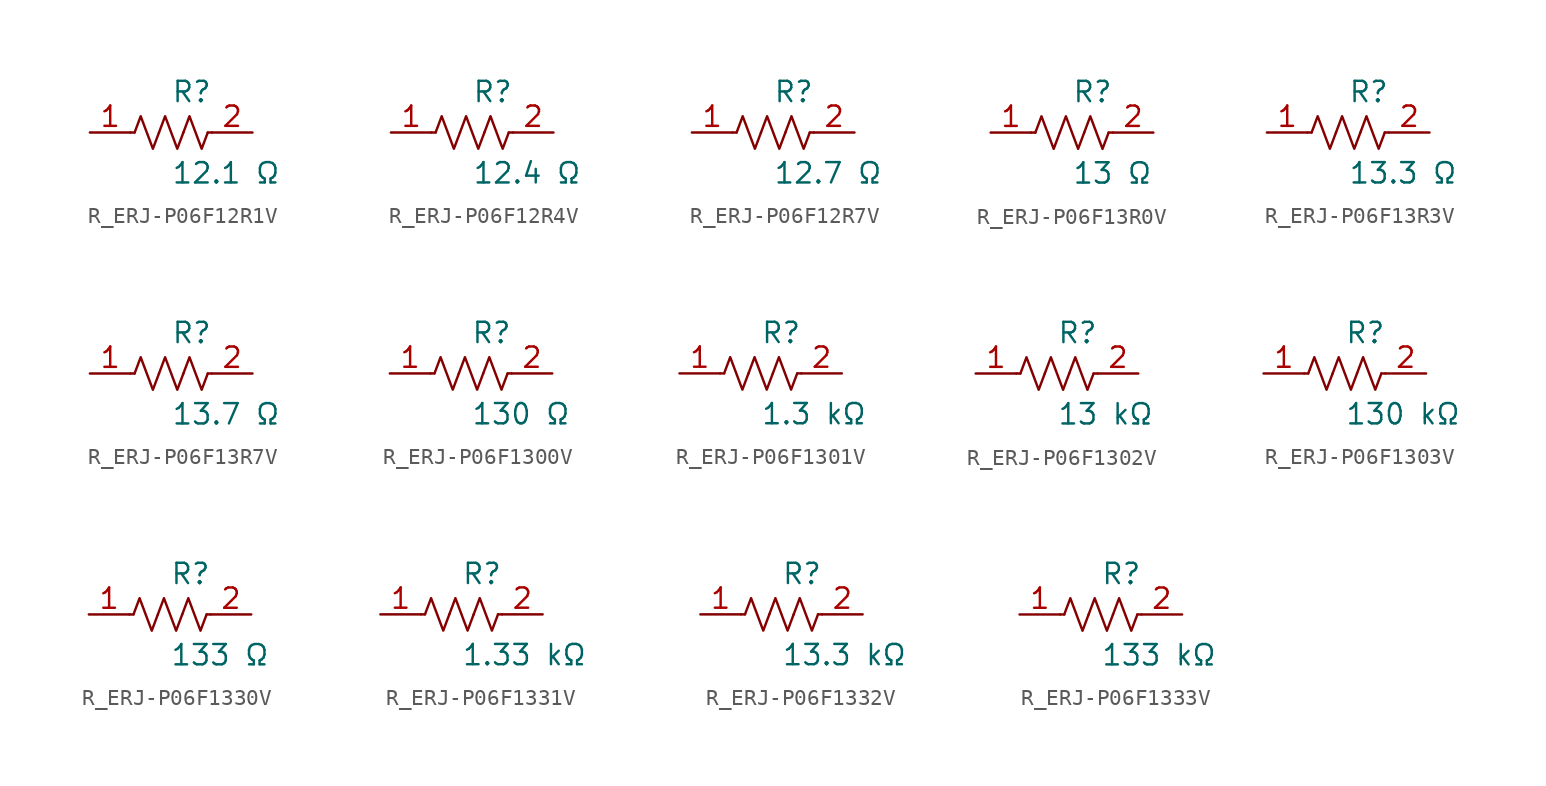
<source format=kicad_sym>
(kicad_symbol_lib
  (version 20231120)
  (generator kicad_symbol_editor)
  (generator_version 8.0)
  (symbol "R_ERJ-P06F12R1V"
    (pin_names
      (offset 0.254))
    (property "Reference" "R"
      (at 0 2.54 0)
      (effects (font (size 1.27 1.27)) (justify left)))
    (property "Value" "12.1 Ω"
      (at 0 -2.54 0)
      (effects (font (size 1.27 1.27)) (justify left)))
    (symbol "R_ERJ-P06F12R1V_0_1"
      (polyline (pts (xy 2.286 0) (xy 2.54 0)) (stroke (width 0) (type default)) (fill (type none)))
      (polyline (pts (xy -2.286 0) (xy -2.54 0)) (stroke (width 0) (type default)) (fill (type none)))
      (polyline (pts (xy 0.762 0) (xy 1.143 1.016) (xy 1.524 0) (xy 1.905 -1.016) (xy 2.286 0)) (stroke (width 0) (type default)) (fill (type none)))
      (polyline (pts (xy -0.762 0) (xy -0.381 1.016) (xy 0 0) (xy 0.381 -1.016) (xy 0.762 0)) (stroke (width 0) (type default)) (fill (type none)))
      (polyline (pts (xy -2.286 0) (xy -1.905 1.016) (xy -1.524 0) (xy -1.143 -1.016) (xy -0.762 0)) (stroke (width 0) (type default)) (fill (type none))))
    (pin passive line
      (at -5.08 0 0)
      (length 2.54)
      (name "" (effects (font (size 1.27 1.27))))
      (number "1" (effects (font (size 1.27 1.27)))))
    (pin passive line
      (at 5.08 0 180)
      (length 2.54)
      (name "" (effects (font (size 1.27 1.27))))
      (number "2" (effects (font (size 1.27 1.27))))))
  (symbol "R_ERJ-P06F12R4V"
    (pin_names
      (offset 0.254))
    (property "Reference" "R"
      (at 0 2.54 0)
      (effects (font (size 1.27 1.27)) (justify left)))
    (property "Value" "12.4 Ω"
      (at 0 -2.54 0)
      (effects (font (size 1.27 1.27)) (justify left)))
    (symbol "R_ERJ-P06F12R4V_0_1"
      (polyline (pts (xy 2.286 0) (xy 2.54 0)) (stroke (width 0) (type default)) (fill (type none)))
      (polyline (pts (xy -2.286 0) (xy -2.54 0)) (stroke (width 0) (type default)) (fill (type none)))
      (polyline (pts (xy 0.762 0) (xy 1.143 1.016) (xy 1.524 0) (xy 1.905 -1.016) (xy 2.286 0)) (stroke (width 0) (type default)) (fill (type none)))
      (polyline (pts (xy -0.762 0) (xy -0.381 1.016) (xy 0 0) (xy 0.381 -1.016) (xy 0.762 0)) (stroke (width 0) (type default)) (fill (type none)))
      (polyline (pts (xy -2.286 0) (xy -1.905 1.016) (xy -1.524 0) (xy -1.143 -1.016) (xy -0.762 0)) (stroke (width 0) (type default)) (fill (type none))))
    (pin passive line
      (at -5.08 0 0)
      (length 2.54)
      (name "" (effects (font (size 1.27 1.27))))
      (number "1" (effects (font (size 1.27 1.27)))))
    (pin passive line
      (at 5.08 0 180)
      (length 2.54)
      (name "" (effects (font (size 1.27 1.27))))
      (number "2" (effects (font (size 1.27 1.27))))))
  (symbol "R_ERJ-P06F12R7V"
    (pin_names
      (offset 0.254))
    (property "Reference" "R"
      (at 0 2.54 0)
      (effects (font (size 1.27 1.27)) (justify left)))
    (property "Value" "12.7 Ω"
      (at 0 -2.54 0)
      (effects (font (size 1.27 1.27)) (justify left)))
    (symbol "R_ERJ-P06F12R7V_0_1"
      (polyline (pts (xy 2.286 0) (xy 2.54 0)) (stroke (width 0) (type default)) (fill (type none)))
      (polyline (pts (xy -2.286 0) (xy -2.54 0)) (stroke (width 0) (type default)) (fill (type none)))
      (polyline (pts (xy 0.762 0) (xy 1.143 1.016) (xy 1.524 0) (xy 1.905 -1.016) (xy 2.286 0)) (stroke (width 0) (type default)) (fill (type none)))
      (polyline (pts (xy -0.762 0) (xy -0.381 1.016) (xy 0 0) (xy 0.381 -1.016) (xy 0.762 0)) (stroke (width 0) (type default)) (fill (type none)))
      (polyline (pts (xy -2.286 0) (xy -1.905 1.016) (xy -1.524 0) (xy -1.143 -1.016) (xy -0.762 0)) (stroke (width 0) (type default)) (fill (type none))))
    (pin passive line
      (at -5.08 0 0)
      (length 2.54)
      (name "" (effects (font (size 1.27 1.27))))
      (number "1" (effects (font (size 1.27 1.27)))))
    (pin passive line
      (at 5.08 0 180)
      (length 2.54)
      (name "" (effects (font (size 1.27 1.27))))
      (number "2" (effects (font (size 1.27 1.27))))))
  (symbol "R_ERJ-P06F13R0V"
    (pin_names
      (offset 0.254))
    (property "Reference" "R"
      (at 0 2.54 0)
      (effects (font (size 1.27 1.27)) (justify left)))
    (property "Value" "13 Ω"
      (at 0 -2.54 0)
      (effects (font (size 1.27 1.27)) (justify left)))
    (symbol "R_ERJ-P06F13R0V_0_1"
      (polyline (pts (xy 2.286 0) (xy 2.54 0)) (stroke (width 0) (type default)) (fill (type none)))
      (polyline (pts (xy -2.286 0) (xy -2.54 0)) (stroke (width 0) (type default)) (fill (type none)))
      (polyline (pts (xy 0.762 0) (xy 1.143 1.016) (xy 1.524 0) (xy 1.905 -1.016) (xy 2.286 0)) (stroke (width 0) (type default)) (fill (type none)))
      (polyline (pts (xy -0.762 0) (xy -0.381 1.016) (xy 0 0) (xy 0.381 -1.016) (xy 0.762 0)) (stroke (width 0) (type default)) (fill (type none)))
      (polyline (pts (xy -2.286 0) (xy -1.905 1.016) (xy -1.524 0) (xy -1.143 -1.016) (xy -0.762 0)) (stroke (width 0) (type default)) (fill (type none))))
    (pin passive line
      (at -5.08 0 0)
      (length 2.54)
      (name "" (effects (font (size 1.27 1.27))))
      (number "1" (effects (font (size 1.27 1.27)))))
    (pin passive line
      (at 5.08 0 180)
      (length 2.54)
      (name "" (effects (font (size 1.27 1.27))))
      (number "2" (effects (font (size 1.27 1.27))))))
  (symbol "R_ERJ-P06F13R3V"
    (pin_names
      (offset 0.254))
    (property "Reference" "R"
      (at 0 2.54 0)
      (effects (font (size 1.27 1.27)) (justify left)))
    (property "Value" "13.3 Ω"
      (at 0 -2.54 0)
      (effects (font (size 1.27 1.27)) (justify left)))
    (symbol "R_ERJ-P06F13R3V_0_1"
      (polyline (pts (xy 2.286 0) (xy 2.54 0)) (stroke (width 0) (type default)) (fill (type none)))
      (polyline (pts (xy -2.286 0) (xy -2.54 0)) (stroke (width 0) (type default)) (fill (type none)))
      (polyline (pts (xy 0.762 0) (xy 1.143 1.016) (xy 1.524 0) (xy 1.905 -1.016) (xy 2.286 0)) (stroke (width 0) (type default)) (fill (type none)))
      (polyline (pts (xy -0.762 0) (xy -0.381 1.016) (xy 0 0) (xy 0.381 -1.016) (xy 0.762 0)) (stroke (width 0) (type default)) (fill (type none)))
      (polyline (pts (xy -2.286 0) (xy -1.905 1.016) (xy -1.524 0) (xy -1.143 -1.016) (xy -0.762 0)) (stroke (width 0) (type default)) (fill (type none))))
    (pin passive line
      (at -5.08 0 0)
      (length 2.54)
      (name "" (effects (font (size 1.27 1.27))))
      (number "1" (effects (font (size 1.27 1.27)))))
    (pin passive line
      (at 5.08 0 180)
      (length 2.54)
      (name "" (effects (font (size 1.27 1.27))))
      (number "2" (effects (font (size 1.27 1.27))))))
  (symbol "R_ERJ-P06F13R7V"
    (pin_names
      (offset 0.254))
    (property "Reference" "R"
      (at 0 2.54 0)
      (effects (font (size 1.27 1.27)) (justify left)))
    (property "Value" "13.7 Ω"
      (at 0 -2.54 0)
      (effects (font (size 1.27 1.27)) (justify left)))
    (symbol "R_ERJ-P06F13R7V_0_1"
      (polyline (pts (xy 2.286 0) (xy 2.54 0)) (stroke (width 0) (type default)) (fill (type none)))
      (polyline (pts (xy -2.286 0) (xy -2.54 0)) (stroke (width 0) (type default)) (fill (type none)))
      (polyline (pts (xy 0.762 0) (xy 1.143 1.016) (xy 1.524 0) (xy 1.905 -1.016) (xy 2.286 0)) (stroke (width 0) (type default)) (fill (type none)))
      (polyline (pts (xy -0.762 0) (xy -0.381 1.016) (xy 0 0) (xy 0.381 -1.016) (xy 0.762 0)) (stroke (width 0) (type default)) (fill (type none)))
      (polyline (pts (xy -2.286 0) (xy -1.905 1.016) (xy -1.524 0) (xy -1.143 -1.016) (xy -0.762 0)) (stroke (width 0) (type default)) (fill (type none))))
    (pin passive line
      (at -5.08 0 0)
      (length 2.54)
      (name "" (effects (font (size 1.27 1.27))))
      (number "1" (effects (font (size 1.27 1.27)))))
    (pin passive line
      (at 5.08 0 180)
      (length 2.54)
      (name "" (effects (font (size 1.27 1.27))))
      (number "2" (effects (font (size 1.27 1.27))))))
  (symbol "R_ERJ-P06F1300V"
    (pin_names
      (offset 0.254))
    (property "Reference" "R"
      (at 0 2.54 0)
      (effects (font (size 1.27 1.27)) (justify left)))
    (property "Value" "130 Ω"
      (at 0 -2.54 0)
      (effects (font (size 1.27 1.27)) (justify left)))
    (symbol "R_ERJ-P06F1300V_0_1"
      (polyline (pts (xy 2.286 0) (xy 2.54 0)) (stroke (width 0) (type default)) (fill (type none)))
      (polyline (pts (xy -2.286 0) (xy -2.54 0)) (stroke (width 0) (type default)) (fill (type none)))
      (polyline (pts (xy 0.762 0) (xy 1.143 1.016) (xy 1.524 0) (xy 1.905 -1.016) (xy 2.286 0)) (stroke (width 0) (type default)) (fill (type none)))
      (polyline (pts (xy -0.762 0) (xy -0.381 1.016) (xy 0 0) (xy 0.381 -1.016) (xy 0.762 0)) (stroke (width 0) (type default)) (fill (type none)))
      (polyline (pts (xy -2.286 0) (xy -1.905 1.016) (xy -1.524 0) (xy -1.143 -1.016) (xy -0.762 0)) (stroke (width 0) (type default)) (fill (type none))))
    (pin passive line
      (at -5.08 0 0)
      (length 2.54)
      (name "" (effects (font (size 1.27 1.27))))
      (number "1" (effects (font (size 1.27 1.27)))))
    (pin passive line
      (at 5.08 0 180)
      (length 2.54)
      (name "" (effects (font (size 1.27 1.27))))
      (number "2" (effects (font (size 1.27 1.27))))))
  (symbol "R_ERJ-P06F1301V"
    (pin_names
      (offset 0.254))
    (property "Reference" "R"
      (at 0 2.54 0)
      (effects (font (size 1.27 1.27)) (justify left)))
    (property "Value" "1.3 kΩ"
      (at 0 -2.54 0)
      (effects (font (size 1.27 1.27)) (justify left)))
    (symbol "R_ERJ-P06F1301V_0_1"
      (polyline (pts (xy 2.286 0) (xy 2.54 0)) (stroke (width 0) (type default)) (fill (type none)))
      (polyline (pts (xy -2.286 0) (xy -2.54 0)) (stroke (width 0) (type default)) (fill (type none)))
      (polyline (pts (xy 0.762 0) (xy 1.143 1.016) (xy 1.524 0) (xy 1.905 -1.016) (xy 2.286 0)) (stroke (width 0) (type default)) (fill (type none)))
      (polyline (pts (xy -0.762 0) (xy -0.381 1.016) (xy 0 0) (xy 0.381 -1.016) (xy 0.762 0)) (stroke (width 0) (type default)) (fill (type none)))
      (polyline (pts (xy -2.286 0) (xy -1.905 1.016) (xy -1.524 0) (xy -1.143 -1.016) (xy -0.762 0)) (stroke (width 0) (type default)) (fill (type none))))
    (pin passive line
      (at -5.08 0 0)
      (length 2.54)
      (name "" (effects (font (size 1.27 1.27))))
      (number "1" (effects (font (size 1.27 1.27)))))
    (pin passive line
      (at 5.08 0 180)
      (length 2.54)
      (name "" (effects (font (size 1.27 1.27))))
      (number "2" (effects (font (size 1.27 1.27))))))
  (symbol "R_ERJ-P06F1302V"
    (pin_names
      (offset 0.254))
    (property "Reference" "R"
      (at 0 2.54 0)
      (effects (font (size 1.27 1.27)) (justify left)))
    (property "Value" "13 kΩ"
      (at 0 -2.54 0)
      (effects (font (size 1.27 1.27)) (justify left)))
    (symbol "R_ERJ-P06F1302V_0_1"
      (polyline (pts (xy 2.286 0) (xy 2.54 0)) (stroke (width 0) (type default)) (fill (type none)))
      (polyline (pts (xy -2.286 0) (xy -2.54 0)) (stroke (width 0) (type default)) (fill (type none)))
      (polyline (pts (xy 0.762 0) (xy 1.143 1.016) (xy 1.524 0) (xy 1.905 -1.016) (xy 2.286 0)) (stroke (width 0) (type default)) (fill (type none)))
      (polyline (pts (xy -0.762 0) (xy -0.381 1.016) (xy 0 0) (xy 0.381 -1.016) (xy 0.762 0)) (stroke (width 0) (type default)) (fill (type none)))
      (polyline (pts (xy -2.286 0) (xy -1.905 1.016) (xy -1.524 0) (xy -1.143 -1.016) (xy -0.762 0)) (stroke (width 0) (type default)) (fill (type none))))
    (pin passive line
      (at -5.08 0 0)
      (length 2.54)
      (name "" (effects (font (size 1.27 1.27))))
      (number "1" (effects (font (size 1.27 1.27)))))
    (pin passive line
      (at 5.08 0 180)
      (length 2.54)
      (name "" (effects (font (size 1.27 1.27))))
      (number "2" (effects (font (size 1.27 1.27))))))
  (symbol "R_ERJ-P06F1303V"
    (pin_names
      (offset 0.254))
    (property "Reference" "R"
      (at 0 2.54 0)
      (effects (font (size 1.27 1.27)) (justify left)))
    (property "Value" "130 kΩ"
      (at 0 -2.54 0)
      (effects (font (size 1.27 1.27)) (justify left)))
    (symbol "R_ERJ-P06F1303V_0_1"
      (polyline (pts (xy 2.286 0) (xy 2.54 0)) (stroke (width 0) (type default)) (fill (type none)))
      (polyline (pts (xy -2.286 0) (xy -2.54 0)) (stroke (width 0) (type default)) (fill (type none)))
      (polyline (pts (xy 0.762 0) (xy 1.143 1.016) (xy 1.524 0) (xy 1.905 -1.016) (xy 2.286 0)) (stroke (width 0) (type default)) (fill (type none)))
      (polyline (pts (xy -0.762 0) (xy -0.381 1.016) (xy 0 0) (xy 0.381 -1.016) (xy 0.762 0)) (stroke (width 0) (type default)) (fill (type none)))
      (polyline (pts (xy -2.286 0) (xy -1.905 1.016) (xy -1.524 0) (xy -1.143 -1.016) (xy -0.762 0)) (stroke (width 0) (type default)) (fill (type none))))
    (pin passive line
      (at -5.08 0 0)
      (length 2.54)
      (name "" (effects (font (size 1.27 1.27))))
      (number "1" (effects (font (size 1.27 1.27)))))
    (pin passive line
      (at 5.08 0 180)
      (length 2.54)
      (name "" (effects (font (size 1.27 1.27))))
      (number "2" (effects (font (size 1.27 1.27))))))
  (symbol "R_ERJ-P06F1330V"
    (pin_names
      (offset 0.254))
    (property "Reference" "R"
      (at 0 2.54 0)
      (effects (font (size 1.27 1.27)) (justify left)))
    (property "Value" "133 Ω"
      (at 0 -2.54 0)
      (effects (font (size 1.27 1.27)) (justify left)))
    (symbol "R_ERJ-P06F1330V_0_1"
      (polyline (pts (xy 2.286 0) (xy 2.54 0)) (stroke (width 0) (type default)) (fill (type none)))
      (polyline (pts (xy -2.286 0) (xy -2.54 0)) (stroke (width 0) (type default)) (fill (type none)))
      (polyline (pts (xy 0.762 0) (xy 1.143 1.016) (xy 1.524 0) (xy 1.905 -1.016) (xy 2.286 0)) (stroke (width 0) (type default)) (fill (type none)))
      (polyline (pts (xy -0.762 0) (xy -0.381 1.016) (xy 0 0) (xy 0.381 -1.016) (xy 0.762 0)) (stroke (width 0) (type default)) (fill (type none)))
      (polyline (pts (xy -2.286 0) (xy -1.905 1.016) (xy -1.524 0) (xy -1.143 -1.016) (xy -0.762 0)) (stroke (width 0) (type default)) (fill (type none))))
    (pin passive line
      (at -5.08 0 0)
      (length 2.54)
      (name "" (effects (font (size 1.27 1.27))))
      (number "1" (effects (font (size 1.27 1.27)))))
    (pin passive line
      (at 5.08 0 180)
      (length 2.54)
      (name "" (effects (font (size 1.27 1.27))))
      (number "2" (effects (font (size 1.27 1.27))))))
  (symbol "R_ERJ-P06F1331V"
    (pin_names
      (offset 0.254))
    (property "Reference" "R"
      (at 0 2.54 0)
      (effects (font (size 1.27 1.27)) (justify left)))
    (property "Value" "1.33 kΩ"
      (at 0 -2.54 0)
      (effects (font (size 1.27 1.27)) (justify left)))
    (symbol "R_ERJ-P06F1331V_0_1"
      (polyline (pts (xy 2.286 0) (xy 2.54 0)) (stroke (width 0) (type default)) (fill (type none)))
      (polyline (pts (xy -2.286 0) (xy -2.54 0)) (stroke (width 0) (type default)) (fill (type none)))
      (polyline (pts (xy 0.762 0) (xy 1.143 1.016) (xy 1.524 0) (xy 1.905 -1.016) (xy 2.286 0)) (stroke (width 0) (type default)) (fill (type none)))
      (polyline (pts (xy -0.762 0) (xy -0.381 1.016) (xy 0 0) (xy 0.381 -1.016) (xy 0.762 0)) (stroke (width 0) (type default)) (fill (type none)))
      (polyline (pts (xy -2.286 0) (xy -1.905 1.016) (xy -1.524 0) (xy -1.143 -1.016) (xy -0.762 0)) (stroke (width 0) (type default)) (fill (type none))))
    (pin passive line
      (at -5.08 0 0)
      (length 2.54)
      (name "" (effects (font (size 1.27 1.27))))
      (number "1" (effects (font (size 1.27 1.27)))))
    (pin passive line
      (at 5.08 0 180)
      (length 2.54)
      (name "" (effects (font (size 1.27 1.27))))
      (number "2" (effects (font (size 1.27 1.27))))))
  (symbol "R_ERJ-P06F1332V"
    (pin_names
      (offset 0.254))
    (property "Reference" "R"
      (at 0 2.54 0)
      (effects (font (size 1.27 1.27)) (justify left)))
    (property "Value" "13.3 kΩ"
      (at 0 -2.54 0)
      (effects (font (size 1.27 1.27)) (justify left)))
    (symbol "R_ERJ-P06F1332V_0_1"
      (polyline (pts (xy 2.286 0) (xy 2.54 0)) (stroke (width 0) (type default)) (fill (type none)))
      (polyline (pts (xy -2.286 0) (xy -2.54 0)) (stroke (width 0) (type default)) (fill (type none)))
      (polyline (pts (xy 0.762 0) (xy 1.143 1.016) (xy 1.524 0) (xy 1.905 -1.016) (xy 2.286 0)) (stroke (width 0) (type default)) (fill (type none)))
      (polyline (pts (xy -0.762 0) (xy -0.381 1.016) (xy 0 0) (xy 0.381 -1.016) (xy 0.762 0)) (stroke (width 0) (type default)) (fill (type none)))
      (polyline (pts (xy -2.286 0) (xy -1.905 1.016) (xy -1.524 0) (xy -1.143 -1.016) (xy -0.762 0)) (stroke (width 0) (type default)) (fill (type none))))
    (pin passive line
      (at -5.08 0 0)
      (length 2.54)
      (name "" (effects (font (size 1.27 1.27))))
      (number "1" (effects (font (size 1.27 1.27)))))
    (pin passive line
      (at 5.08 0 180)
      (length 2.54)
      (name "" (effects (font (size 1.27 1.27))))
      (number "2" (effects (font (size 1.27 1.27))))))
  (symbol "R_ERJ-P06F1333V"
    (pin_names
      (offset 0.254))
    (property "Reference" "R"
      (at 0 2.54 0)
      (effects (font (size 1.27 1.27)) (justify left)))
    (property "Value" "133 kΩ"
      (at 0 -2.54 0)
      (effects (font (size 1.27 1.27)) (justify left)))
    (symbol "R_ERJ-P06F1333V_0_1"
      (polyline (pts (xy 2.286 0) (xy 2.54 0)) (stroke (width 0) (type default)) (fill (type none)))
      (polyline (pts (xy -2.286 0) (xy -2.54 0)) (stroke (width 0) (type default)) (fill (type none)))
      (polyline (pts (xy 0.762 0) (xy 1.143 1.016) (xy 1.524 0) (xy 1.905 -1.016) (xy 2.286 0)) (stroke (width 0) (type default)) (fill (type none)))
      (polyline (pts (xy -0.762 0) (xy -0.381 1.016) (xy 0 0) (xy 0.381 -1.016) (xy 0.762 0)) (stroke (width 0) (type default)) (fill (type none)))
      (polyline (pts (xy -2.286 0) (xy -1.905 1.016) (xy -1.524 0) (xy -1.143 -1.016) (xy -0.762 0)) (stroke (width 0) (type default)) (fill (type none))))
    (pin passive line
      (at -5.08 0 0)
      (length 2.54)
      (name "" (effects (font (size 1.27 1.27))))
      (number "1" (effects (font (size 1.27 1.27)))))
    (pin passive line
      (at 5.08 0 180)
      (length 2.54)
      (name "" (effects (font (size 1.27 1.27))))
      (number "2" (effects (font (size 1.27 1.27)))))))
</source>
